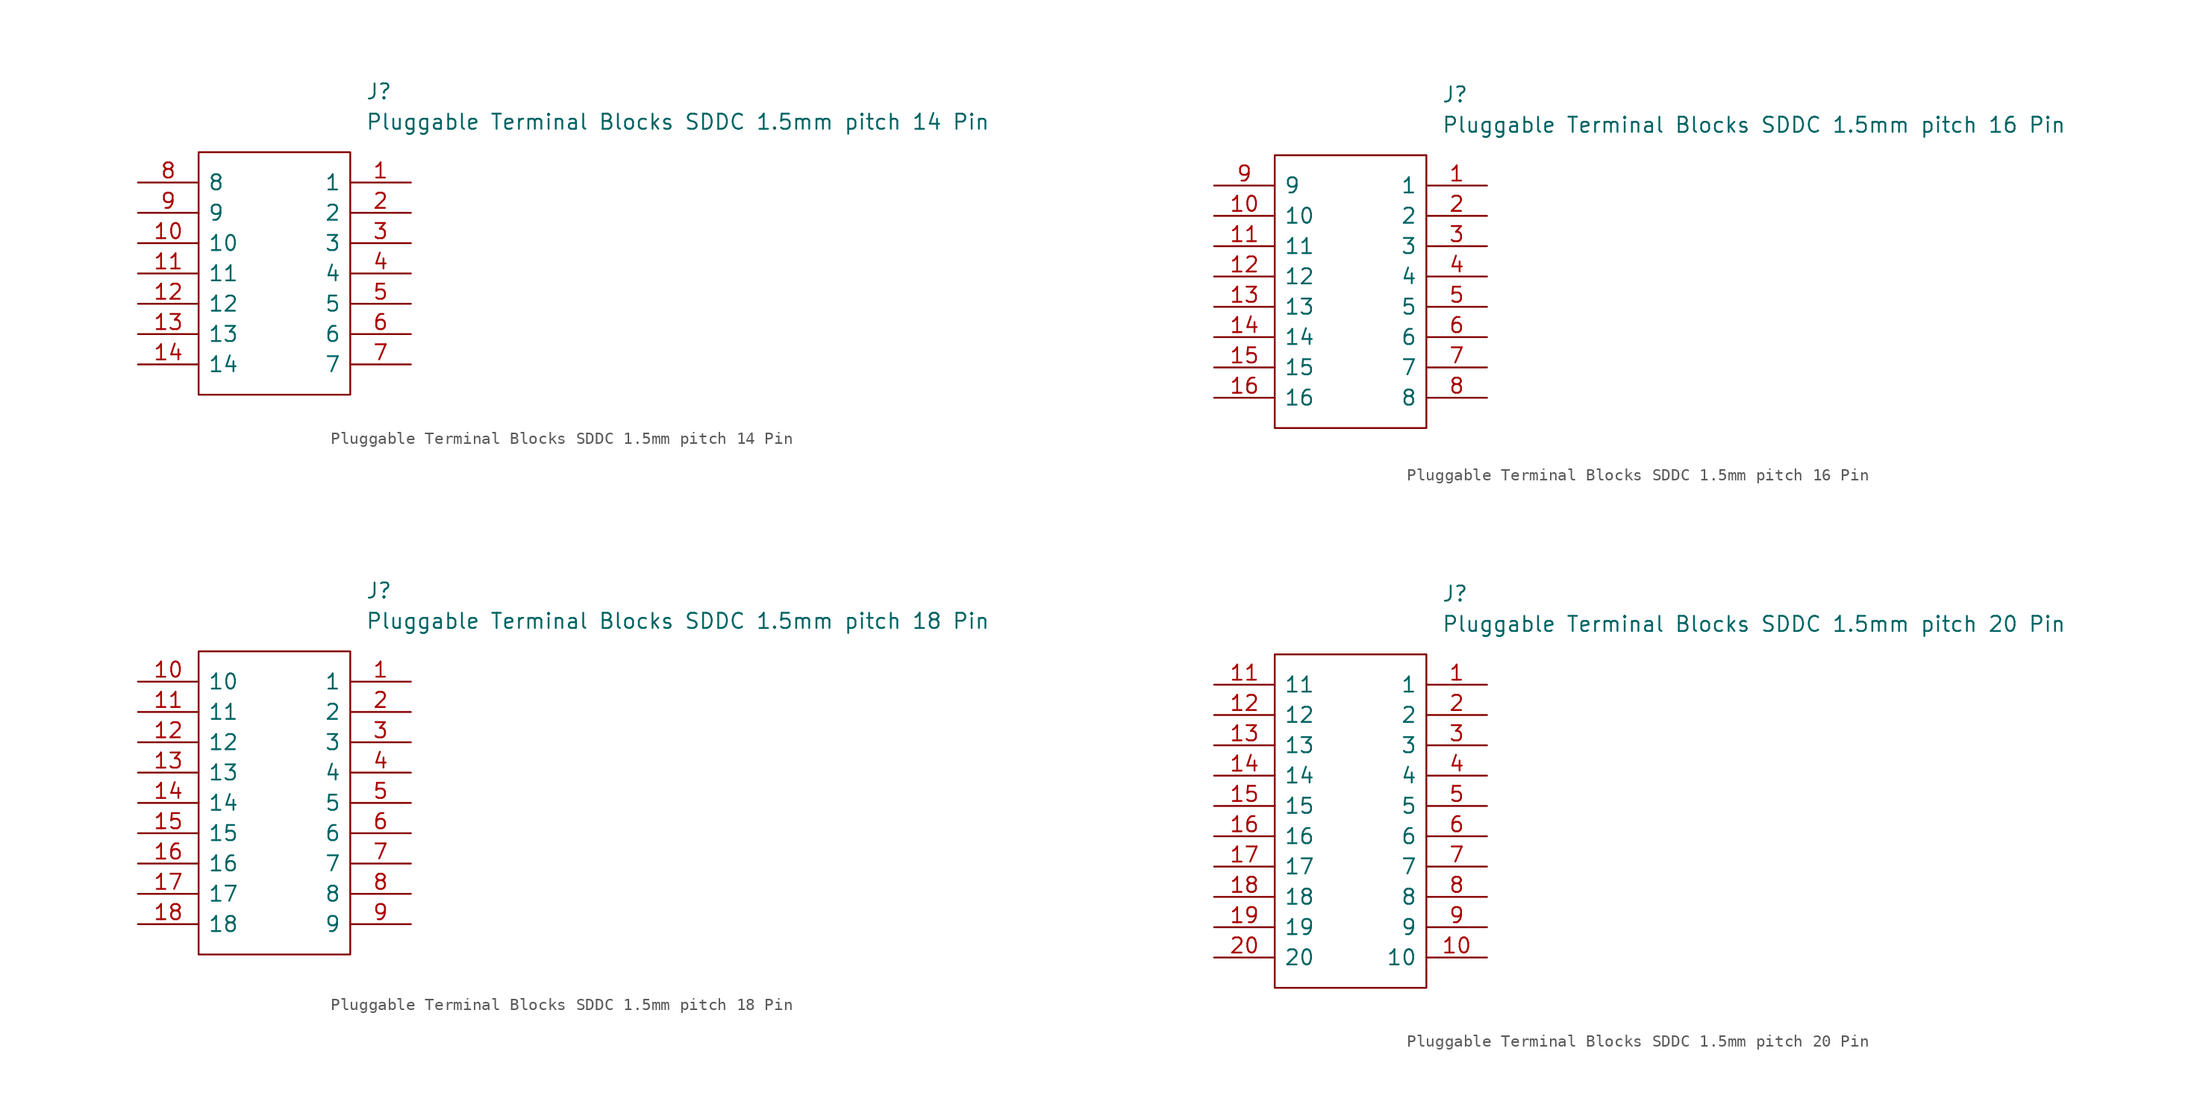
<source format=kicad_sym>
(kicad_symbol_lib
  (version 20211014)
  (generator kicad_symbol_editor)
  (symbol "Pluggable Terminal Blocks SDDC 1.5mm pitch 14 Pin"
    (pin_names
      (offset 0.762))
    (property "Reference" "J"
      (at 19.05 7.62 0)
      (effects (font (size 1.27 1.27)) (justify left)))
    (property "Value" "Pluggable Terminal Blocks SDDC 1.5mm pitch 14 Pin"
      (at 19.05 5.08 0)
      (effects (font (size 1.27 1.27)) (justify left)))
    (symbol "Pluggable Terminal Blocks SDDC 1.5mm pitch 14 Pin_0_0"
      (pin passive line (at 22.86 0 180) (length 5.08) (name "1" (effects (font (size 1.27 1.27)))) (number "1" (effects (font (size 1.27 1.27)))))
      (pin passive line (at 0 -5.08 0) (length 5.08) (name "10" (effects (font (size 1.27 1.27)))) (number "10" (effects (font (size 1.27 1.27)))))
      (pin passive line (at 0 -7.62 0) (length 5.08) (name "11" (effects (font (size 1.27 1.27)))) (number "11" (effects (font (size 1.27 1.27)))))
      (pin passive line (at 0 -10.16 0) (length 5.08) (name "12" (effects (font (size 1.27 1.27)))) (number "12" (effects (font (size 1.27 1.27)))))
      (pin passive line (at 0 -12.7 0) (length 5.08) (name "13" (effects (font (size 1.27 1.27)))) (number "13" (effects (font (size 1.27 1.27)))))
      (pin passive line (at 0 -15.24 0) (length 5.08) (name "14" (effects (font (size 1.27 1.27)))) (number "14" (effects (font (size 1.27 1.27)))))
      (pin passive line (at 22.86 -2.54 180) (length 5.08) (name "2" (effects (font (size 1.27 1.27)))) (number "2" (effects (font (size 1.27 1.27)))))
      (pin passive line (at 22.86 -5.08 180) (length 5.08) (name "3" (effects (font (size 1.27 1.27)))) (number "3" (effects (font (size 1.27 1.27)))))
      (pin passive line (at 22.86 -7.62 180) (length 5.08) (name "4" (effects (font (size 1.27 1.27)))) (number "4" (effects (font (size 1.27 1.27)))))
      (pin passive line (at 22.86 -10.16 180) (length 5.08) (name "5" (effects (font (size 1.27 1.27)))) (number "5" (effects (font (size 1.27 1.27)))))
      (pin passive line (at 22.86 -12.7 180) (length 5.08) (name "6" (effects (font (size 1.27 1.27)))) (number "6" (effects (font (size 1.27 1.27)))))
      (pin passive line (at 22.86 -15.24 180) (length 5.08) (name "7" (effects (font (size 1.27 1.27)))) (number "7" (effects (font (size 1.27 1.27)))))
      (pin passive line (at 0 0 0) (length 5.08) (name "8" (effects (font (size 1.27 1.27)))) (number "8" (effects (font (size 1.27 1.27)))))
      (pin passive line (at 0 -2.54 0) (length 5.08) (name "9" (effects (font (size 1.27 1.27)))) (number "9" (effects (font (size 1.27 1.27))))))
    (symbol "Pluggable Terminal Blocks SDDC 1.5mm pitch 14 Pin_0_1"
      (polyline (pts (xy 5.08 2.54) (xy 17.78 2.54) (xy 17.78 -17.78) (xy 5.08 -17.78) (xy 5.08 2.54)) (stroke (width 0.152) (type default) (color 0 0 0 0)) (fill (type none)))))
  (symbol "Pluggable Terminal Blocks SDDC 1.5mm pitch 16 Pin"
    (pin_names
      (offset 0.762))
    (property "Reference" "J"
      (at 19.05 7.62 0)
      (effects (font (size 1.27 1.27)) (justify left)))
    (property "Value" "Pluggable Terminal Blocks SDDC 1.5mm pitch 16 Pin"
      (at 19.05 5.08 0)
      (effects (font (size 1.27 1.27)) (justify left)))
    (symbol "Pluggable Terminal Blocks SDDC 1.5mm pitch 16 Pin_0_0"
      (pin passive line (at 22.86 0 180) (length 5.08) (name "1" (effects (font (size 1.27 1.27)))) (number "1" (effects (font (size 1.27 1.27)))))
      (pin passive line (at 0 -2.54 0) (length 5.08) (name "10" (effects (font (size 1.27 1.27)))) (number "10" (effects (font (size 1.27 1.27)))))
      (pin passive line (at 0 -5.08 0) (length 5.08) (name "11" (effects (font (size 1.27 1.27)))) (number "11" (effects (font (size 1.27 1.27)))))
      (pin passive line (at 0 -7.62 0) (length 5.08) (name "12" (effects (font (size 1.27 1.27)))) (number "12" (effects (font (size 1.27 1.27)))))
      (pin passive line (at 0 -10.16 0) (length 5.08) (name "13" (effects (font (size 1.27 1.27)))) (number "13" (effects (font (size 1.27 1.27)))))
      (pin passive line (at 0 -12.7 0) (length 5.08) (name "14" (effects (font (size 1.27 1.27)))) (number "14" (effects (font (size 1.27 1.27)))))
      (pin passive line (at 0 -15.24 0) (length 5.08) (name "15" (effects (font (size 1.27 1.27)))) (number "15" (effects (font (size 1.27 1.27)))))
      (pin passive line (at 0 -17.78 0) (length 5.08) (name "16" (effects (font (size 1.27 1.27)))) (number "16" (effects (font (size 1.27 1.27)))))
      (pin passive line (at 22.86 -2.54 180) (length 5.08) (name "2" (effects (font (size 1.27 1.27)))) (number "2" (effects (font (size 1.27 1.27)))))
      (pin passive line (at 22.86 -5.08 180) (length 5.08) (name "3" (effects (font (size 1.27 1.27)))) (number "3" (effects (font (size 1.27 1.27)))))
      (pin passive line (at 22.86 -7.62 180) (length 5.08) (name "4" (effects (font (size 1.27 1.27)))) (number "4" (effects (font (size 1.27 1.27)))))
      (pin passive line (at 22.86 -10.16 180) (length 5.08) (name "5" (effects (font (size 1.27 1.27)))) (number "5" (effects (font (size 1.27 1.27)))))
      (pin passive line (at 22.86 -12.7 180) (length 5.08) (name "6" (effects (font (size 1.27 1.27)))) (number "6" (effects (font (size 1.27 1.27)))))
      (pin passive line (at 22.86 -15.24 180) (length 5.08) (name "7" (effects (font (size 1.27 1.27)))) (number "7" (effects (font (size 1.27 1.27)))))
      (pin passive line (at 22.86 -17.78 180) (length 5.08) (name "8" (effects (font (size 1.27 1.27)))) (number "8" (effects (font (size 1.27 1.27)))))
      (pin passive line (at 0 0 0) (length 5.08) (name "9" (effects (font (size 1.27 1.27)))) (number "9" (effects (font (size 1.27 1.27))))))
    (symbol "Pluggable Terminal Blocks SDDC 1.5mm pitch 16 Pin_0_1"
      (polyline (pts (xy 5.08 2.54) (xy 17.78 2.54) (xy 17.78 -20.32) (xy 5.08 -20.32) (xy 5.08 2.54)) (stroke (width 0.152) (type default) (color 0 0 0 0)) (fill (type none)))))
  (symbol "Pluggable Terminal Blocks SDDC 1.5mm pitch 18 Pin"
    (pin_names
      (offset 0.762))
    (property "Reference" "J"
      (at 19.05 7.62 0)
      (effects (font (size 1.27 1.27)) (justify left)))
    (property "Value" "Pluggable Terminal Blocks SDDC 1.5mm pitch 18 Pin"
      (at 19.05 5.08 0)
      (effects (font (size 1.27 1.27)) (justify left)))
    (symbol "Pluggable Terminal Blocks SDDC 1.5mm pitch 18 Pin_0_0"
      (pin passive line (at 22.86 0 180) (length 5.08) (name "1" (effects (font (size 1.27 1.27)))) (number "1" (effects (font (size 1.27 1.27)))))
      (pin passive line (at 0 0 0) (length 5.08) (name "10" (effects (font (size 1.27 1.27)))) (number "10" (effects (font (size 1.27 1.27)))))
      (pin passive line (at 0 -2.54 0) (length 5.08) (name "11" (effects (font (size 1.27 1.27)))) (number "11" (effects (font (size 1.27 1.27)))))
      (pin passive line (at 0 -5.08 0) (length 5.08) (name "12" (effects (font (size 1.27 1.27)))) (number "12" (effects (font (size 1.27 1.27)))))
      (pin passive line (at 0 -7.62 0) (length 5.08) (name "13" (effects (font (size 1.27 1.27)))) (number "13" (effects (font (size 1.27 1.27)))))
      (pin passive line (at 0 -10.16 0) (length 5.08) (name "14" (effects (font (size 1.27 1.27)))) (number "14" (effects (font (size 1.27 1.27)))))
      (pin passive line (at 0 -12.7 0) (length 5.08) (name "15" (effects (font (size 1.27 1.27)))) (number "15" (effects (font (size 1.27 1.27)))))
      (pin passive line (at 0 -15.24 0) (length 5.08) (name "16" (effects (font (size 1.27 1.27)))) (number "16" (effects (font (size 1.27 1.27)))))
      (pin passive line (at 0 -17.78 0) (length 5.08) (name "17" (effects (font (size 1.27 1.27)))) (number "17" (effects (font (size 1.27 1.27)))))
      (pin passive line (at 0 -20.32 0) (length 5.08) (name "18" (effects (font (size 1.27 1.27)))) (number "18" (effects (font (size 1.27 1.27)))))
      (pin passive line (at 22.86 -2.54 180) (length 5.08) (name "2" (effects (font (size 1.27 1.27)))) (number "2" (effects (font (size 1.27 1.27)))))
      (pin passive line (at 22.86 -5.08 180) (length 5.08) (name "3" (effects (font (size 1.27 1.27)))) (number "3" (effects (font (size 1.27 1.27)))))
      (pin passive line (at 22.86 -7.62 180) (length 5.08) (name "4" (effects (font (size 1.27 1.27)))) (number "4" (effects (font (size 1.27 1.27)))))
      (pin passive line (at 22.86 -10.16 180) (length 5.08) (name "5" (effects (font (size 1.27 1.27)))) (number "5" (effects (font (size 1.27 1.27)))))
      (pin passive line (at 22.86 -12.7 180) (length 5.08) (name "6" (effects (font (size 1.27 1.27)))) (number "6" (effects (font (size 1.27 1.27)))))
      (pin passive line (at 22.86 -15.24 180) (length 5.08) (name "7" (effects (font (size 1.27 1.27)))) (number "7" (effects (font (size 1.27 1.27)))))
      (pin passive line (at 22.86 -17.78 180) (length 5.08) (name "8" (effects (font (size 1.27 1.27)))) (number "8" (effects (font (size 1.27 1.27)))))
      (pin passive line (at 22.86 -20.32 180) (length 5.08) (name "9" (effects (font (size 1.27 1.27)))) (number "9" (effects (font (size 1.27 1.27))))))
    (symbol "Pluggable Terminal Blocks SDDC 1.5mm pitch 18 Pin_0_1"
      (polyline (pts (xy 5.08 2.54) (xy 17.78 2.54) (xy 17.78 -22.86) (xy 5.08 -22.86) (xy 5.08 2.54)) (stroke (width 0.152) (type default) (color 0 0 0 0)) (fill (type none)))))
  (symbol "Pluggable Terminal Blocks SDDC 1.5mm pitch 20 Pin"
    (pin_names
      (offset 0.762))
    (property "Reference" "J"
      (at 19.05 7.62 0)
      (effects (font (size 1.27 1.27)) (justify left)))
    (property "Value" "Pluggable Terminal Blocks SDDC 1.5mm pitch 20 Pin"
      (at 19.05 5.08 0)
      (effects (font (size 1.27 1.27)) (justify left)))
    (symbol "Pluggable Terminal Blocks SDDC 1.5mm pitch 20 Pin_0_0"
      (pin passive line (at 22.86 0 180) (length 5.08) (name "1" (effects (font (size 1.27 1.27)))) (number "1" (effects (font (size 1.27 1.27)))))
      (pin passive line (at 22.86 -22.86 180) (length 5.08) (name "10" (effects (font (size 1.27 1.27)))) (number "10" (effects (font (size 1.27 1.27)))))
      (pin passive line (at 0 0 0) (length 5.08) (name "11" (effects (font (size 1.27 1.27)))) (number "11" (effects (font (size 1.27 1.27)))))
      (pin passive line (at 0 -2.54 0) (length 5.08) (name "12" (effects (font (size 1.27 1.27)))) (number "12" (effects (font (size 1.27 1.27)))))
      (pin passive line (at 0 -5.08 0) (length 5.08) (name "13" (effects (font (size 1.27 1.27)))) (number "13" (effects (font (size 1.27 1.27)))))
      (pin passive line (at 0 -7.62 0) (length 5.08) (name "14" (effects (font (size 1.27 1.27)))) (number "14" (effects (font (size 1.27 1.27)))))
      (pin passive line (at 0 -10.16 0) (length 5.08) (name "15" (effects (font (size 1.27 1.27)))) (number "15" (effects (font (size 1.27 1.27)))))
      (pin passive line (at 0 -12.7 0) (length 5.08) (name "16" (effects (font (size 1.27 1.27)))) (number "16" (effects (font (size 1.27 1.27)))))
      (pin passive line (at 0 -15.24 0) (length 5.08) (name "17" (effects (font (size 1.27 1.27)))) (number "17" (effects (font (size 1.27 1.27)))))
      (pin passive line (at 0 -17.78 0) (length 5.08) (name "18" (effects (font (size 1.27 1.27)))) (number "18" (effects (font (size 1.27 1.27)))))
      (pin passive line (at 0 -20.32 0) (length 5.08) (name "19" (effects (font (size 1.27 1.27)))) (number "19" (effects (font (size 1.27 1.27)))))
      (pin passive line (at 22.86 -2.54 180) (length 5.08) (name "2" (effects (font (size 1.27 1.27)))) (number "2" (effects (font (size 1.27 1.27)))))
      (pin passive line (at 0 -22.86 0) (length 5.08) (name "20" (effects (font (size 1.27 1.27)))) (number "20" (effects (font (size 1.27 1.27)))))
      (pin passive line (at 22.86 -5.08 180) (length 5.08) (name "3" (effects (font (size 1.27 1.27)))) (number "3" (effects (font (size 1.27 1.27)))))
      (pin passive line (at 22.86 -7.62 180) (length 5.08) (name "4" (effects (font (size 1.27 1.27)))) (number "4" (effects (font (size 1.27 1.27)))))
      (pin passive line (at 22.86 -10.16 180) (length 5.08) (name "5" (effects (font (size 1.27 1.27)))) (number "5" (effects (font (size 1.27 1.27)))))
      (pin passive line (at 22.86 -12.7 180) (length 5.08) (name "6" (effects (font (size 1.27 1.27)))) (number "6" (effects (font (size 1.27 1.27)))))
      (pin passive line (at 22.86 -15.24 180) (length 5.08) (name "7" (effects (font (size 1.27 1.27)))) (number "7" (effects (font (size 1.27 1.27)))))
      (pin passive line (at 22.86 -17.78 180) (length 5.08) (name "8" (effects (font (size 1.27 1.27)))) (number "8" (effects (font (size 1.27 1.27)))))
      (pin passive line (at 22.86 -20.32 180) (length 5.08) (name "9" (effects (font (size 1.27 1.27)))) (number "9" (effects (font (size 1.27 1.27))))))
    (symbol "Pluggable Terminal Blocks SDDC 1.5mm pitch 20 Pin_0_1"
      (polyline (pts (xy 5.08 2.54) (xy 17.78 2.54) (xy 17.78 -25.4) (xy 5.08 -25.4) (xy 5.08 2.54)) (stroke (width 0.152) (type default) (color 0 0 0 0)) (fill (type none))))))
</source>
